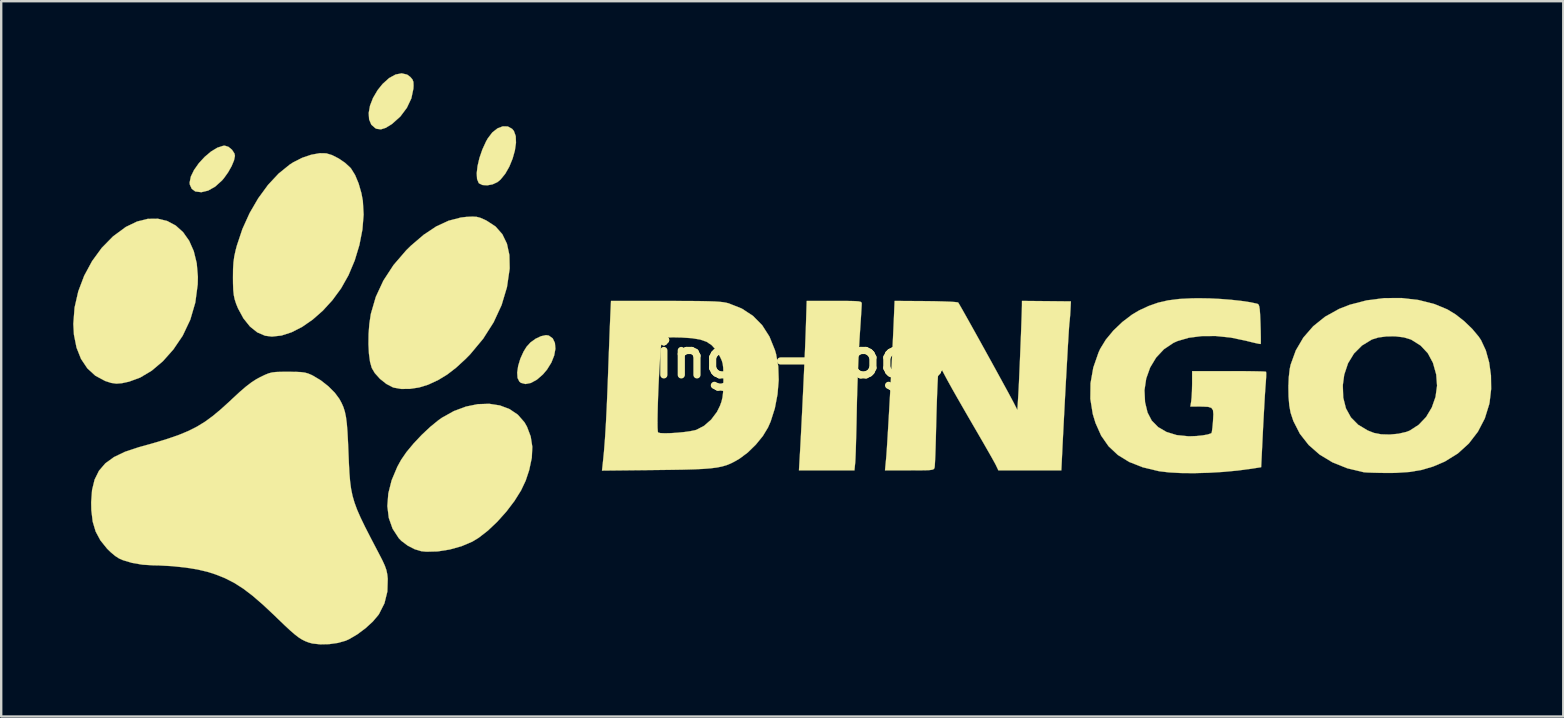
<source format=kicad_pcb>
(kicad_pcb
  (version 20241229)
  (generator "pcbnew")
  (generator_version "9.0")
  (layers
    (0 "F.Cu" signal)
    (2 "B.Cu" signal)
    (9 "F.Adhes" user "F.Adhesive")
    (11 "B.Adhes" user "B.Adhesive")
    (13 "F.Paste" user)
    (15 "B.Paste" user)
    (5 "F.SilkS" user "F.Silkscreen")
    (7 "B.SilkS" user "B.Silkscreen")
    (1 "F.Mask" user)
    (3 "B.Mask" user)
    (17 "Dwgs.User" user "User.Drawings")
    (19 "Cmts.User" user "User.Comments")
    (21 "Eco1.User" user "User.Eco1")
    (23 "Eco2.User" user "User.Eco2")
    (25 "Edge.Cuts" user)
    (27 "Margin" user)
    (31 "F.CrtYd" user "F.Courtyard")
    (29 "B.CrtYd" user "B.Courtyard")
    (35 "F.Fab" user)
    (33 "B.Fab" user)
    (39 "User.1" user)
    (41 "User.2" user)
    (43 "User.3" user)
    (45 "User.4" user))
  (footprint "Dingo-Logo"
    (layer "F.Cu")
    (at 29.539 11.877)
    (property "Reference" "Dingo-Logo" (at 0 0 0) (layer "F.SilkS") (effects (font (size 1.524 1.524) (thickness 0.3))))
    (attr through_hole)
    (fp_poly (pts (xy -9.73 -0.95) (xy -9.564 -0.831) (xy -9.473 -0.641) (xy -9.453 -0.397) (xy -9.503 -0.12) (xy -9.62 0.175) (xy -9.801 0.467) (xy -9.972 0.669) (xy -10.225 0.889) (xy -10.473 1.025) (xy -10.699 1.07) (xy -10.888 1.021) (xy -10.953 0.97) (xy -11.029 0.818) (xy -11.044 0.592) (xy -11.004 0.317) (xy -10.914 0.018) (xy -10.779 -0.281) (xy -10.657 -0.479) (xy -10.49 -0.663) (xy -10.278 -0.816) (xy -10.052 -0.922) (xy -9.846 -0.966) (xy -9.73 -0.95)) (stroke (width 0.01) (type solid)) (fill yes) (layer "F.SilkS"))
    (fp_poly (pts (xy -23.073 -8.811) (xy -22.925 -8.689) (xy -22.824 -8.535) (xy -22.802 -8.435) (xy -22.84 -8.248) (xy -22.94 -8.008) (xy -23.086 -7.749) (xy -23.26 -7.505) (xy -23.343 -7.408) (xy -23.626 -7.153) (xy -23.918 -6.988) (xy -24.202 -6.92) (xy -24.455 -6.952) (xy -24.603 -7.063) (xy -24.683 -7.242) (xy -24.69 -7.321) (xy -24.639 -7.572) (xy -24.505 -7.847) (xy -24.307 -8.127) (xy -24.066 -8.389) (xy -23.803 -8.612) (xy -23.537 -8.774) (xy -23.29 -8.854) (xy -23.227 -8.859) (xy -23.073 -8.811)) (stroke (width 0.01) (type solid)) (fill yes) (layer "F.SilkS"))
    (fp_poly (pts (xy -15.629 -11.819) (xy -15.496 -11.721) (xy -15.409 -11.62) (xy -15.368 -11.514) (xy -15.362 -11.359) (xy -15.369 -11.23) (xy -15.453 -10.831) (xy -15.639 -10.438) (xy -15.911 -10.075) (xy -16.255 -9.766) (xy -16.268 -9.757) (xy -16.517 -9.603) (xy -16.719 -9.539) (xy -16.895 -9.56) (xy -16.952 -9.585) (xy -17.121 -9.733) (xy -17.213 -9.951) (xy -17.23 -10.221) (xy -17.175 -10.526) (xy -17.05 -10.848) (xy -16.859 -11.172) (xy -16.652 -11.43) (xy -16.38 -11.675) (xy -16.11 -11.823) (xy -15.856 -11.872) (xy -15.629 -11.819)) (stroke (width 0.01) (type solid)) (fill yes) (layer "F.SilkS"))
    (fp_poly (pts (xy -11.435 -9.659) (xy -11.255 -9.559) (xy -11.182 -9.471) (xy -11.105 -9.258) (xy -11.095 -8.979) (xy -11.141 -8.657) (xy -11.236 -8.318) (xy -11.372 -7.987) (xy -11.541 -7.69) (xy -11.735 -7.451) (xy -11.867 -7.341) (xy -12.068 -7.248) (xy -12.289 -7.207) (xy -12.491 -7.22) (xy -12.635 -7.29) (xy -12.648 -7.304) (xy -12.716 -7.468) (xy -12.73 -7.711) (xy -12.695 -8.012) (xy -12.617 -8.346) (xy -12.498 -8.693) (xy -12.345 -9.028) (xy -12.27 -9.161) (xy -12.081 -9.41) (xy -11.866 -9.579) (xy -11.645 -9.664) (xy -11.435 -9.659)) (stroke (width 0.01) (type solid)) (fill yes) (layer "F.SilkS"))
    (fp_poly (pts (xy -25.621 -5.72) (xy -25.269 -5.532) (xy -24.962 -5.255) (xy -24.709 -4.898) (xy -24.517 -4.464) (xy -24.394 -3.961) (xy -24.346 -3.395) (xy -24.353 -3.083) (xy -24.453 -2.323) (xy -24.662 -1.61) (xy -24.979 -0.942) (xy -25.367 -0.37) (xy -25.803 0.12) (xy -26.268 0.513) (xy -26.75 0.801) (xy -27.21 0.97) (xy -27.507 1.035) (xy -27.741 1.054) (xy -27.958 1.024) (xy -28.203 0.945) (xy -28.214 0.94) (xy -28.617 0.724) (xy -28.951 0.417) (xy -29.214 0.024) (xy -29.401 -0.446) (xy -29.509 -0.986) (xy -29.534 -1.435) (xy -29.482 -2.116) (xy -29.328 -2.791) (xy -29.082 -3.441) (xy -28.753 -4.05) (xy -28.35 -4.602) (xy -27.882 -5.079) (xy -27.359 -5.465) (xy -27.34 -5.477) (xy -26.879 -5.699) (xy -26.434 -5.81) (xy -26.012 -5.815) (xy -25.621 -5.72)) (stroke (width 0.01) (type solid)) (fill yes) (layer "F.SilkS"))
    (fp_poly (pts (xy -11.763 1.963) (xy -11.362 2.115) (xy -11.018 2.348) (xy -10.743 2.662) (xy -10.637 2.847) (xy -10.482 3.255) (xy -10.415 3.683) (xy -10.436 4.144) (xy -10.545 4.656) (xy -10.691 5.095) (xy -10.885 5.505) (xy -11.16 5.943) (xy -11.495 6.383) (xy -11.869 6.801) (xy -12.262 7.174) (xy -12.651 7.476) (xy -12.913 7.635) (xy -13.36 7.825) (xy -13.853 7.963) (xy -14.355 8.043) (xy -14.827 8.055) (xy -15.037 8.035) (xy -15.314 7.952) (xy -15.608 7.8) (xy -15.868 7.605) (xy -15.975 7.495) (xy -16.234 7.098) (xy -16.393 6.648) (xy -16.453 6.155) (xy -16.413 5.629) (xy -16.275 5.08) (xy -16.038 4.517) (xy -15.878 4.226) (xy -15.657 3.905) (xy -15.363 3.551) (xy -15.025 3.192) (xy -14.671 2.859) (xy -14.328 2.579) (xy -14.177 2.473) (xy -13.682 2.197) (xy -13.18 2.01) (xy -12.685 1.909) (xy -12.208 1.894) (xy -11.763 1.963)) (stroke (width 0.01) (type solid)) (fill yes) (layer "F.SilkS"))
    (fp_poly (pts (xy 2.556 -2.392) (xy 2.848 -2.389) (xy 3.053 -2.383) (xy 3.185 -2.372) (xy 3.262 -2.354) (xy 3.297 -2.327) (xy 3.307 -2.29) (xy 3.307 -2.274) (xy 3.303 -2.182) (xy 3.292 -1.991) (xy 3.276 -1.721) (xy 3.254 -1.389) (xy 3.229 -1.014) (xy 3.219 -0.857) (xy 3.194 -0.438) (xy 3.169 0.066) (xy 3.146 0.625) (xy 3.125 1.206) (xy 3.109 1.776) (xy 3.099 2.245) (xy 3.09 2.711) (xy 3.079 3.153) (xy 3.068 3.554) (xy 3.058 3.895) (xy 3.047 4.159) (xy 3.038 4.328) (xy 3.035 4.356) (xy 3.004 4.667) (xy 0.693 4.667) (xy 0.725 4.12) (xy 0.75 3.686) (xy 0.777 3.174) (xy 0.806 2.605) (xy 0.836 2) (xy 0.866 1.38) (xy 0.895 0.767) (xy 0.921 0.181) (xy 0.945 -0.357) (xy 0.964 -0.826) (xy 0.978 -1.204) (xy 0.981 -1.3) (xy 1.016 -2.392) (xy 2.162 -2.392) (xy 2.556 -2.392)) (stroke (width 0.01) (type solid)) (fill yes) (layer "F.SilkS"))
    (fp_poly (pts (xy -12.74 -5.895) (xy -12.586 -5.856) (xy -12.402 -5.776) (xy -12.32 -5.736) (xy -11.947 -5.492) (xy -11.664 -5.172) (xy -11.472 -4.776) (xy -11.37 -4.305) (xy -11.358 -3.759) (xy -11.36 -3.721) (xy -11.471 -2.963) (xy -11.694 -2.22) (xy -12.027 -1.5) (xy -12.464 -0.814) (xy -13.002 -0.169) (xy -13.198 0.03) (xy -13.59 0.39) (xy -13.954 0.671) (xy -14.322 0.896) (xy -14.726 1.085) (xy -14.772 1.104) (xy -15.129 1.213) (xy -15.509 1.271) (xy -15.873 1.275) (xy -16.181 1.221) (xy -16.225 1.207) (xy -16.496 1.065) (xy -16.759 0.856) (xy -16.977 0.614) (xy -17.103 0.4) (xy -17.174 0.146) (xy -17.22 -0.194) (xy -17.24 -0.591) (xy -17.235 -1.016) (xy -17.203 -1.439) (xy -17.144 -1.832) (xy -17.138 -1.861) (xy -16.934 -2.561) (xy -16.618 -3.24) (xy -16.194 -3.889) (xy -15.666 -4.502) (xy -15.471 -4.693) (xy -14.936 -5.15) (xy -14.415 -5.496) (xy -13.903 -5.732) (xy -13.392 -5.865) (xy -13.158 -5.892) (xy -12.915 -5.904) (xy -12.74 -5.895)) (stroke (width 0.01) (type solid)) (fill yes) (layer "F.SilkS"))
    (fp_poly (pts (xy -18.999 -8.54) (xy -18.756 -8.466) (xy -18.48 -8.325) (xy -18.213 -8.143) (xy -17.997 -7.944) (xy -17.963 -7.904) (xy -17.797 -7.636) (xy -17.65 -7.284) (xy -17.534 -6.88) (xy -17.474 -6.559) (xy -17.442 -5.987) (xy -17.492 -5.365) (xy -17.618 -4.719) (xy -17.813 -4.076) (xy -18.071 -3.464) (xy -18.381 -2.914) (xy -18.741 -2.424) (xy -19.139 -1.988) (xy -19.563 -1.615) (xy -20 -1.312) (xy -20.437 -1.088) (xy -20.863 -0.95) (xy -21.263 -0.906) (xy -21.547 -0.942) (xy -21.873 -1.082) (xy -22.178 -1.327) (xy -22.449 -1.665) (xy -22.676 -2.085) (xy -22.754 -2.276) (xy -22.812 -2.455) (xy -22.85 -2.635) (xy -22.872 -2.848) (xy -22.882 -3.127) (xy -22.884 -3.367) (xy -22.88 -3.721) (xy -22.863 -4.001) (xy -22.829 -4.25) (xy -22.771 -4.511) (xy -22.723 -4.693) (xy -22.491 -5.388) (xy -22.19 -6.052) (xy -21.831 -6.668) (xy -21.426 -7.222) (xy -20.985 -7.695) (xy -20.519 -8.072) (xy -20.364 -8.171) (xy -20.001 -8.354) (xy -19.625 -8.481) (xy -19.27 -8.545) (xy -18.999 -8.54)) (stroke (width 0.01) (type solid)) (fill yes) (layer "F.SilkS"))
    (fp_poly (pts (xy 26.504 -2.429) (xy 27.168 -2.26) (xy 27.702 -2.039) (xy 28.048 -1.828) (xy 28.404 -1.548) (xy 28.734 -1.231) (xy 29.005 -0.908) (xy 29.106 -0.758) (xy 29.305 -0.331) (xy 29.444 0.17) (xy 29.52 0.716) (xy 29.527 1.28) (xy 29.463 1.831) (xy 29.448 1.909) (xy 29.262 2.506) (xy 28.975 3.057) (xy 28.597 3.548) (xy 28.138 3.964) (xy 27.609 4.292) (xy 27.586 4.304) (xy 27.115 4.505) (xy 26.637 4.647) (xy 26.123 4.734) (xy 25.542 4.772) (xy 25.193 4.775) (xy 24.88 4.771) (xy 24.599 4.764) (xy 24.376 4.756) (xy 24.237 4.746) (xy 24.219 4.744) (xy 23.533 4.58) (xy 22.918 4.333) (xy 22.381 4.008) (xy 21.926 3.61) (xy 21.56 3.143) (xy 21.289 2.613) (xy 21.173 2.264) (xy 21.119 1.968) (xy 21.088 1.597) (xy 21.081 1.192) (xy 21.084 1.118) (xy 23.348 1.118) (xy 23.365 1.635) (xy 23.478 2.083) (xy 23.686 2.461) (xy 23.99 2.769) (xy 24.387 3.006) (xy 24.649 3.108) (xy 24.946 3.165) (xy 25.302 3.175) (xy 25.667 3.141) (xy 25.995 3.065) (xy 26.136 3.01) (xy 26.509 2.768) (xy 26.819 2.442) (xy 27.055 2.048) (xy 27.21 1.608) (xy 27.274 1.14) (xy 27.239 0.672) (xy 27.103 0.187) (xy 26.889 -0.212) (xy 26.592 -0.53) (xy 26.21 -0.771) (xy 26.171 -0.789) (xy 25.889 -0.874) (xy 25.542 -0.916) (xy 25.173 -0.914) (xy 24.827 -0.868) (xy 24.56 -0.785) (xy 24.148 -0.535) (xy 23.814 -0.201) (xy 23.565 0.207) (xy 23.407 0.682) (xy 23.348 1.118) (xy 21.084 1.118) (xy 21.097 0.794) (xy 21.137 0.443) (xy 21.174 0.266) (xy 21.39 -0.33) (xy 21.705 -0.866) (xy 22.114 -1.336) (xy 22.611 -1.735) (xy 23.19 -2.057) (xy 23.637 -2.232) (xy 24.343 -2.415) (xy 25.07 -2.508) (xy 25.797 -2.512) (xy 26.504 -2.429)) (stroke (width 0.01) (type solid)) (fill yes) (layer "F.SilkS"))
    (fp_poly (pts (xy -4.853 -2.391) (xy -4.258 -2.39) (xy -3.769 -2.388) (xy -3.372 -2.384) (xy -3.056 -2.377) (xy -2.808 -2.368) (xy -2.615 -2.355) (xy -2.465 -2.339) (xy -2.345 -2.318) (xy -2.242 -2.292) (xy -2.228 -2.288) (xy -1.686 -2.072) (xy -1.224 -1.77) (xy -0.841 -1.382) (xy -0.536 -0.906) (xy -0.307 -0.34) (xy -0.26 -0.177) (xy -0.17 0.333) (xy -0.151 0.902) (xy -0.2 1.497) (xy -0.312 2.083) (xy -0.485 2.628) (xy -0.597 2.883) (xy -0.812 3.237) (xy -1.104 3.595) (xy -1.438 3.921) (xy -1.779 4.176) (xy -1.805 4.192) (xy -1.981 4.294) (xy -2.148 4.379) (xy -2.319 4.449) (xy -2.507 4.504) (xy -2.725 4.548) (xy -2.986 4.581) (xy -3.303 4.606) (xy -3.688 4.624) (xy -4.156 4.637) (xy -4.718 4.646) (xy -5.247 4.652) (xy -7.512 4.676) (xy -7.477 4.361) (xy -7.43 3.895) (xy -7.388 3.359) (xy -7.35 2.743) (xy -7.345 2.654) (xy -5.2 2.654) (xy -5.197 2.892) (xy -5.187 3.044) (xy -5.174 3.09) (xy -5.077 3.114) (xy -4.891 3.122) (xy -4.646 3.116) (xy -4.369 3.098) (xy -4.089 3.071) (xy -3.835 3.035) (xy -3.634 2.994) (xy -3.576 2.976) (xy -3.258 2.81) (xy -2.965 2.553) (xy -2.723 2.232) (xy -2.596 1.975) (xy -2.533 1.799) (xy -2.492 1.626) (xy -2.468 1.424) (xy -2.457 1.16) (xy -2.454 0.916) (xy -2.455 0.608) (xy -2.463 0.389) (xy -2.483 0.229) (xy -2.519 0.101) (xy -2.576 -0.026) (xy -2.608 -0.089) (xy -2.768 -0.352) (xy -2.944 -0.549) (xy -3.155 -0.69) (xy -3.423 -0.783) (xy -3.766 -0.839) (xy -4.205 -0.868) (xy -4.223 -0.868) (xy -4.505 -0.874) (xy -4.745 -0.872) (xy -4.919 -0.862) (xy -4.999 -0.845) (xy -5.021 -0.774) (xy -5.045 -0.603) (xy -5.069 -0.348) (xy -5.093 -0.026) (xy -5.116 0.345) (xy -5.138 0.749) (xy -5.158 1.168) (xy -5.175 1.585) (xy -5.188 1.983) (xy -5.196 2.345) (xy -5.2 2.654) (xy -7.345 2.654) (xy -7.314 2.034) (xy -7.28 1.224) (xy -7.265 0.827) (xy -7.247 0.335) (xy -7.229 -0.156) (xy -7.211 -0.624) (xy -7.195 -1.046) (xy -7.181 -1.398) (xy -7.17 -1.657) (xy -7.169 -1.683) (xy -7.137 -2.392) (xy -4.853 -2.391)) (stroke (width 0.01) (type solid)) (fill yes) (layer "F.SilkS"))
    (fp_poly (pts (xy 11.002 -2.383) (xy 12.021 -2.373) (xy 12.004 -2.028) (xy 11.99 -1.796) (xy 11.971 -1.577) (xy 11.959 -1.477) (xy 11.95 -1.374) (xy 11.936 -1.166) (xy 11.917 -0.866) (xy 11.894 -0.488) (xy 11.869 -0.043) (xy 11.841 0.453) (xy 11.811 0.99) (xy 11.78 1.553) (xy 11.75 2.129) (xy 11.72 2.705) (xy 11.691 3.269) (xy 11.664 3.807) (xy 11.662 3.854) (xy 11.622 4.667) (xy 9 4.667) (xy 8.898 4.451) (xy 8.841 4.344) (xy 8.734 4.151) (xy 8.584 3.887) (xy 8.401 3.568) (xy 8.194 3.21) (xy 7.972 2.828) (xy 7.963 2.812) (xy 7.726 2.405) (xy 7.491 1.997) (xy 7.27 1.612) (xy 7.075 1.268) (xy 6.919 0.987) (xy 6.823 0.811) (xy 6.516 0.233) (xy 6.477 0.84) (xy 6.465 1.076) (xy 6.451 1.404) (xy 6.437 1.798) (xy 6.423 2.234) (xy 6.411 2.684) (xy 6.405 2.924) (xy 6.395 3.337) (xy 6.384 3.716) (xy 6.373 4.043) (xy 6.361 4.302) (xy 6.351 4.473) (xy 6.345 4.534) (xy 6.332 4.582) (xy 6.304 4.616) (xy 6.245 4.64) (xy 6.136 4.655) (xy 5.963 4.663) (xy 5.707 4.666) (xy 5.352 4.667) (xy 5.298 4.667) (xy 4.277 4.667) (xy 4.321 4.209) (xy 4.336 4.036) (xy 4.355 3.761) (xy 4.378 3.398) (xy 4.404 2.965) (xy 4.433 2.477) (xy 4.463 1.948) (xy 4.494 1.396) (xy 4.524 0.835) (xy 4.554 0.281) (xy 4.581 -0.251) (xy 4.605 -0.744) (xy 4.626 -1.183) (xy 4.639 -1.477) (xy 4.678 -2.392) (xy 5.977 -2.384) (xy 6.359 -2.379) (xy 6.7 -2.37) (xy 6.984 -2.359) (xy 7.194 -2.346) (xy 7.31 -2.331) (xy 7.327 -2.324) (xy 7.364 -2.264) (xy 7.451 -2.114) (xy 7.58 -1.886) (xy 7.743 -1.596) (xy 7.933 -1.256) (xy 8.143 -0.879) (xy 8.364 -0.48) (xy 8.59 -0.071) (xy 8.813 0.333) (xy 9.025 0.72) (xy 9.22 1.076) (xy 9.39 1.387) (xy 9.526 1.64) (xy 9.623 1.821) (xy 9.65 1.874) (xy 9.792 2.154) (xy 9.83 1.535) (xy 9.842 1.321) (xy 9.857 1.023) (xy 9.873 0.659) (xy 9.891 0.25) (xy 9.909 -0.184) (xy 9.927 -0.624) (xy 9.944 -1.048) (xy 9.958 -1.438) (xy 9.97 -1.773) (xy 9.978 -2.033) (xy 9.982 -2.198) (xy 9.982 -2.215) (xy 9.983 -2.392) (xy 11.002 -2.383)) (stroke (width 0.01) (type solid)) (fill yes) (layer "F.SilkS"))
    (fp_poly (pts (xy -20.278 0.563) (xy -20.056 0.573) (xy -19.891 0.594) (xy -19.754 0.632) (xy -19.614 0.691) (xy -19.552 0.722) (xy -19.227 0.916) (xy -18.911 1.165) (xy -18.639 1.437) (xy -18.453 1.689) (xy -18.358 1.863) (xy -18.282 2.036) (xy -18.223 2.224) (xy -18.177 2.446) (xy -18.142 2.719) (xy -18.115 3.061) (xy -18.092 3.489) (xy -18.075 3.899) (xy -18.055 4.376) (xy -18.034 4.779) (xy -18.005 5.127) (xy -17.964 5.436) (xy -17.905 5.724) (xy -17.823 6.007) (xy -17.714 6.304) (xy -17.571 6.631) (xy -17.389 7.007) (xy -17.164 7.447) (xy -16.891 7.97) (xy -16.81 8.124) (xy -16.659 8.417) (xy -16.558 8.638) (xy -16.494 8.819) (xy -16.458 8.99) (xy -16.437 9.183) (xy -16.437 9.188) (xy -16.453 9.714) (xy -16.574 10.205) (xy -16.798 10.647) (xy -16.828 10.692) (xy -17.061 10.967) (xy -17.368 11.247) (xy -17.71 11.501) (xy -18.047 11.699) (xy -18.193 11.764) (xy -18.515 11.855) (xy -18.881 11.906) (xy -19.248 11.914) (xy -19.575 11.879) (xy -19.729 11.837) (xy -19.876 11.78) (xy -20.01 11.713) (xy -20.149 11.625) (xy -20.305 11.505) (xy -20.496 11.34) (xy -20.735 11.118) (xy -21.037 10.828) (xy -21.147 10.721) (xy -21.63 10.267) (xy -22.06 9.895) (xy -22.455 9.594) (xy -22.835 9.352) (xy -23.216 9.158) (xy -23.617 8.998) (xy -23.954 8.891) (xy -24.371 8.793) (xy -24.87 8.714) (xy -25.414 8.657) (xy -25.966 8.627) (xy -26.197 8.623) (xy -26.65 8.596) (xy -27.087 8.521) (xy -27.47 8.407) (xy -27.633 8.335) (xy -27.793 8.23) (xy -27.982 8.072) (xy -28.128 7.929) (xy -28.407 7.582) (xy -28.604 7.215) (xy -28.727 6.804) (xy -28.784 6.326) (xy -28.791 5.996) (xy -28.754 5.485) (xy -28.648 5.051) (xy -28.466 4.683) (xy -28.2 4.373) (xy -27.841 4.113) (xy -27.383 3.893) (xy -26.817 3.705) (xy -26.759 3.689) (xy -26.124 3.511) (xy -25.587 3.346) (xy -25.13 3.187) (xy -24.733 3.022) (xy -24.38 2.843) (xy -24.051 2.641) (xy -23.728 2.405) (xy -23.393 2.126) (xy -23.028 1.795) (xy -22.923 1.696) (xy -22.6 1.397) (xy -22.336 1.17) (xy -22.11 0.998) (xy -21.902 0.864) (xy -21.742 0.779) (xy -21.551 0.687) (xy -21.401 0.626) (xy -21.257 0.588) (xy -21.09 0.569) (xy -20.865 0.562) (xy -20.589 0.561) (xy -20.278 0.563)) (stroke (width 0.01) (type solid)) (fill yes) (layer "F.SilkS"))
    (fp_poly (pts (xy 17.801 -2.496) (xy 18.258 -2.473) (xy 18.709 -2.437) (xy 19.127 -2.391) (xy 19.486 -2.338) (xy 19.759 -2.28) (xy 19.796 -2.27) (xy 19.836 -2.242) (xy 19.865 -2.173) (xy 19.887 -2.046) (xy 19.902 -1.842) (xy 19.915 -1.543) (xy 19.919 -1.431) (xy 19.928 -1.134) (xy 19.932 -0.883) (xy 19.933 -0.7) (xy 19.93 -0.606) (xy 19.929 -0.598) (xy 19.868 -0.603) (xy 19.718 -0.634) (xy 19.503 -0.685) (xy 19.304 -0.735) (xy 18.673 -0.866) (xy 18.054 -0.93) (xy 17.467 -0.926) (xy 16.931 -0.857) (xy 16.466 -0.722) (xy 16.294 -0.645) (xy 15.897 -0.379) (xy 15.571 -0.031) (xy 15.323 0.38) (xy 15.159 0.839) (xy 15.086 1.327) (xy 15.11 1.827) (xy 15.214 2.258) (xy 15.388 2.593) (xy 15.656 2.865) (xy 16.007 3.069) (xy 16.431 3.198) (xy 16.918 3.247) (xy 16.974 3.247) (xy 17.249 3.237) (xy 17.507 3.21) (xy 17.72 3.172) (xy 17.855 3.127) (xy 17.879 3.111) (xy 17.896 3.042) (xy 17.917 2.885) (xy 17.937 2.67) (xy 17.942 2.598) (xy 17.956 2.331) (xy 17.94 2.16) (xy 17.874 2.064) (xy 17.739 2.021) (xy 17.516 2.01) (xy 17.403 2.009) (xy 16.997 2.008) (xy 17.033 1.787) (xy 17.05 1.623) (xy 17.063 1.386) (xy 17.07 1.12) (xy 17.071 1.048) (xy 17.071 0.532) (xy 18.597 0.532) (xy 19.01 0.533) (xy 19.382 0.535) (xy 19.698 0.54) (xy 19.942 0.545) (xy 20.098 0.552) (xy 20.15 0.559) (xy 20.158 0.626) (xy 20.154 0.781) (xy 20.141 0.996) (xy 20.134 1.075) (xy 20.119 1.275) (xy 20.1 1.568) (xy 20.079 1.933) (xy 20.056 2.345) (xy 20.032 2.782) (xy 20.019 3.05) (xy 19.946 4.535) (xy 19.528 4.601) (xy 18.964 4.675) (xy 18.365 4.731) (xy 17.755 4.767) (xy 17.159 4.783) (xy 16.602 4.778) (xy 16.109 4.751) (xy 15.704 4.703) (xy 15.673 4.697) (xy 15.013 4.538) (xy 14.45 4.317) (xy 13.977 4.026) (xy 13.59 3.663) (xy 13.281 3.22) (xy 13.046 2.694) (xy 12.932 2.318) (xy 12.831 1.687) (xy 12.839 1.036) (xy 12.954 0.385) (xy 13.175 -0.25) (xy 13.244 -0.399) (xy 13.475 -0.776) (xy 13.79 -1.157) (xy 14.164 -1.514) (xy 14.566 -1.82) (xy 14.864 -1.997) (xy 15.264 -2.182) (xy 15.657 -2.32) (xy 16.072 -2.415) (xy 16.535 -2.473) (xy 17.073 -2.5) (xy 17.367 -2.503) (xy 17.801 -2.496)) (stroke (width 0.01) (type solid)) (fill yes) (layer "F.SilkS")))
  (gr_rect
    (start -3 -3)
    (end 62.071 26.797)
    (stroke (width 0.1) (type default))
    (fill no)
    (layer "Edge.Cuts")))
</source>
